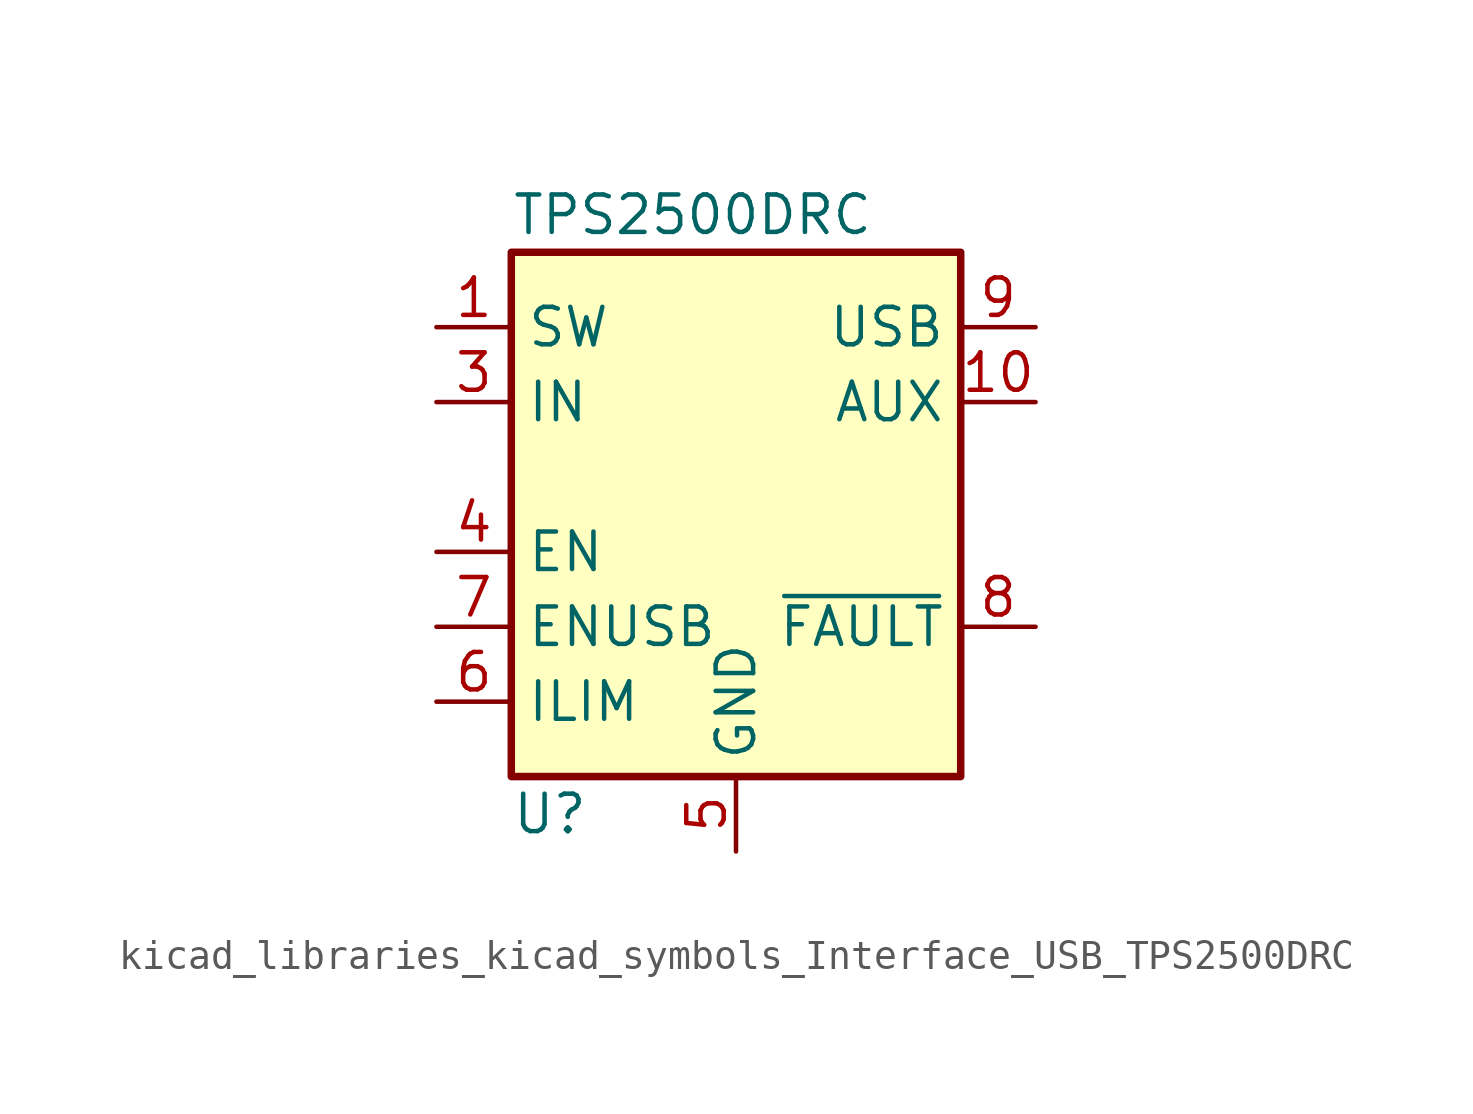
<source format=kicad_sym>
(kicad_symbol_lib
  (version 20220914)
  (generator kicad_symbol_editor)
  (symbol "kicad_libraries_kicad_symbols_Interface_USB_TPS2500DRC"
    (property "Reference" "U"
      (at -7.62 -11.43 0)
      (effects (font (size 1.27 1.27)) (justify left)))
    (property "Value" "TPS2500DRC"
      (at -7.62 8.89 0)
      (effects (font (size 1.27 1.27)) (justify left)))
    (symbol "kicad_libraries_kicad_symbols_Interface_USB_TPS2500DRC_0_1"
      (rectangle (start -7.62 7.62) (end 7.62 -10.16) (stroke (width 0.254) (type default)) (fill (type background))))
    (symbol "kicad_libraries_kicad_symbols_Interface_USB_TPS2500DRC_1_1"
      (pin power_in line (at -10.16 5.08 0) (length 2.54) (name "SW" (effects (font (size 1.27 1.27)))) (number "1" (effects (font (size 1.27 1.27)))))
      (pin power_out line (at 10.16 2.54 180) (length 2.54) (name "AUX" (effects (font (size 1.27 1.27)))) (number "10" (effects (font (size 1.27 1.27)))))
      (pin passive line (at 0 -12.7 90) (length 2.54) hide (name "GND" (effects (font (size 1.27 1.27)))) (number "11" (effects (font (size 1.27 1.27)))))
      (pin passive line (at 0 -12.7 90) (length 2.54) hide (name "GND" (effects (font (size 1.27 1.27)))) (number "2" (effects (font (size 1.27 1.27)))))
      (pin power_in line (at -10.16 2.54 0) (length 2.54) (name "IN" (effects (font (size 1.27 1.27)))) (number "3" (effects (font (size 1.27 1.27)))))
      (pin input line (at -10.16 -2.54 0) (length 2.54) (name "EN" (effects (font (size 1.27 1.27)))) (number "4" (effects (font (size 1.27 1.27)))))
      (pin power_in line (at 0 -12.7 90) (length 2.54) (name "GND" (effects (font (size 1.27 1.27)))) (number "5" (effects (font (size 1.27 1.27)))))
      (pin passive line (at -10.16 -7.62 0) (length 2.54) (name "ILIM" (effects (font (size 1.27 1.27)))) (number "6" (effects (font (size 1.27 1.27)))))
      (pin input line (at -10.16 -5.08 0) (length 2.54) (name "ENUSB" (effects (font (size 1.27 1.27)))) (number "7" (effects (font (size 1.27 1.27)))))
      (pin open_collector line (at 10.16 -5.08 180) (length 2.54) (name "~{FAULT}" (effects (font (size 1.27 1.27)))) (number "8" (effects (font (size 1.27 1.27)))))
      (pin power_out line (at 10.16 5.08 180) (length 2.54) (name "USB" (effects (font (size 1.27 1.27)))) (number "9" (effects (font (size 1.27 1.27))))))))
</source>
